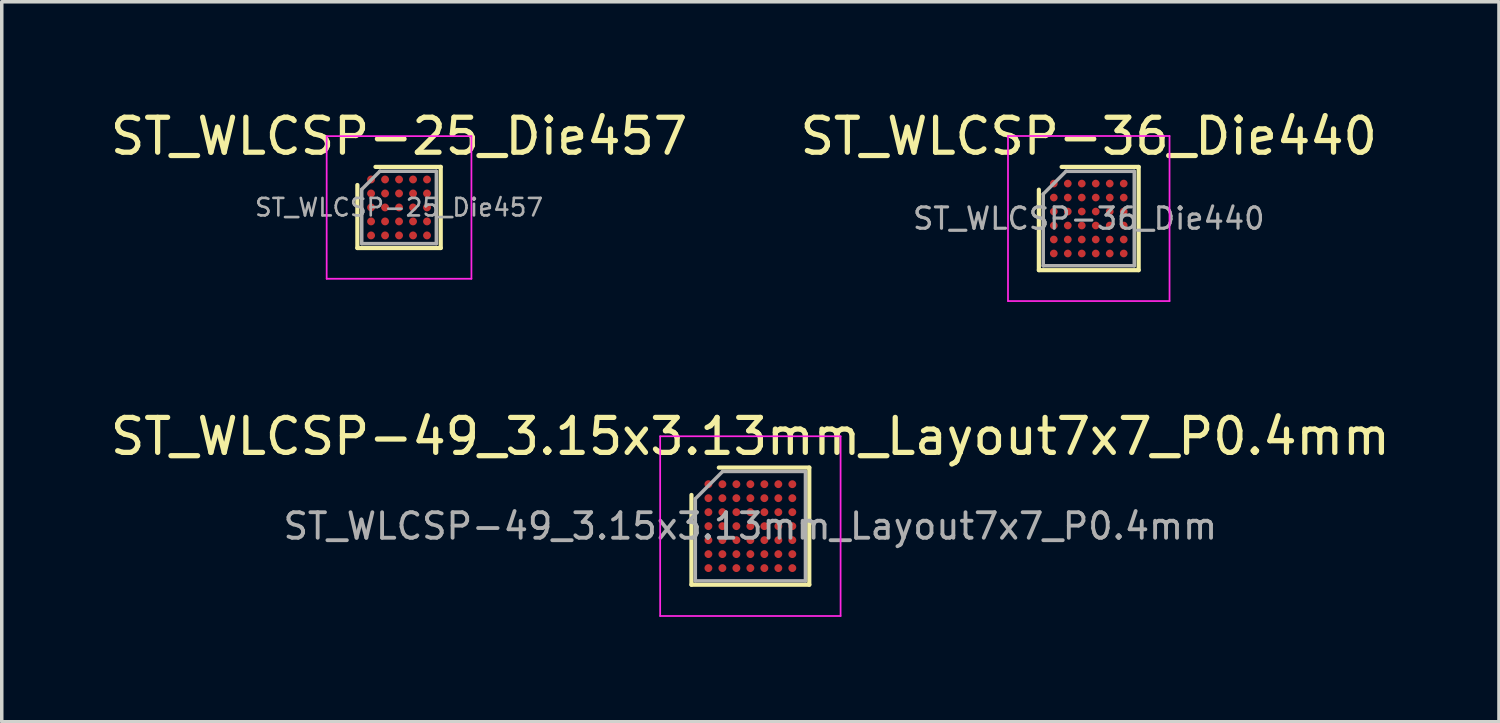
<source format=kicad_pcb>
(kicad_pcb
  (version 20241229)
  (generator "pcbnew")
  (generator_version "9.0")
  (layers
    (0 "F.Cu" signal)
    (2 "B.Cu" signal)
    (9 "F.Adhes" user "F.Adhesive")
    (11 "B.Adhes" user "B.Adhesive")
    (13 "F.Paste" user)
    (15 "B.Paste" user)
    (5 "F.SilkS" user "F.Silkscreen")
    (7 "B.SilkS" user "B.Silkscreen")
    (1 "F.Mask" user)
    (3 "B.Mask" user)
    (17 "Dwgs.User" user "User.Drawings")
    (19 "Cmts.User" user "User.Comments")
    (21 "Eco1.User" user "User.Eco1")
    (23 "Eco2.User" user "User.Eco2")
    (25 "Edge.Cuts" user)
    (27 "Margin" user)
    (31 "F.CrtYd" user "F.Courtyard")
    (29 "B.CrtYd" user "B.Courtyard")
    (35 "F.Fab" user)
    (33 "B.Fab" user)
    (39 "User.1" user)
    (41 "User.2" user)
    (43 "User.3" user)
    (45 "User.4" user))
  (footprint "ST_WLCSP-25_Die457"
    (layer "F.Cu")
    (at 8.363 2.883)
    (property "Reference" "ST_WLCSP-25_Die457" (at 0 -2.035 0) (layer "F.SilkS") (effects (font (size 1 1) (thickness 0.15))))
    (attr smd)
    (fp_line (start -1.192 1.16) (end -1.192 -0.642) (stroke (width 0.12) (type solid)) (layer "F.SilkS"))
    (fp_line (start -0.674 -1.16) (end 1.192 -1.16) (stroke (width 0.12) (type solid)) (layer "F.SilkS"))
    (fp_line (start 1.192 -1.16) (end 1.192 1.16) (stroke (width 0.12) (type solid)) (layer "F.SilkS"))
    (fp_line (start 1.192 1.16) (end -1.192 1.16) (stroke (width 0.12) (type solid)) (layer "F.SilkS"))
    (fp_line (start -2.07 -2.04) (end -2.07 2.04) (stroke (width 0.05) (type solid)) (layer "F.CrtYd"))
    (fp_line (start -2.07 2.04) (end 2.07 2.04) (stroke (width 0.05) (type solid)) (layer "F.CrtYd"))
    (fp_line (start 2.07 -2.04) (end -2.07 -2.04) (stroke (width 0.05) (type solid)) (layer "F.CrtYd"))
    (fp_line (start 2.07 2.04) (end 2.07 -2.04) (stroke (width 0.05) (type solid)) (layer "F.CrtYd"))
    (fp_line (start -1.067 -0.517) (end -0.549 -1.035) (stroke (width 0.1) (type solid)) (layer "F.Fab"))
    (fp_line (start -1.067 1.035) (end -1.067 -0.517) (stroke (width 0.1) (type solid)) (layer "F.Fab"))
    (fp_line (start -0.549 -1.035) (end 1.067 -1.035) (stroke (width 0.1) (type solid)) (layer "F.Fab"))
    (fp_line (start 1.067 -1.035) (end 1.067 1.035) (stroke (width 0.1) (type solid)) (layer "F.Fab"))
    (fp_line (start 1.067 1.035) (end -1.067 1.035) (stroke (width 0.1) (type solid)) (layer "F.Fab"))
    (fp_text user "${REFERENCE}" (at 0 0 0) (layer "F.Fab") (effects (font (size 0.5 0.5) (thickness 0.075))))
    (pad "A1" smd circle (at -0.8 -0.8) (size 0.225 0.225) (layers "F.Cu" "F.Mask" "F.Paste"))
    (pad "A2" smd circle (at -0.4 -0.8) (size 0.225 0.225) (layers "F.Cu" "F.Mask" "F.Paste"))
    (pad "A3" smd circle (at 0 -0.8) (size 0.225 0.225) (layers "F.Cu" "F.Mask" "F.Paste"))
    (pad "A4" smd circle (at 0.4 -0.8) (size 0.225 0.225) (layers "F.Cu" "F.Mask" "F.Paste"))
    (pad "A5" smd circle (at 0.8 -0.8) (size 0.225 0.225) (layers "F.Cu" "F.Mask" "F.Paste"))
    (pad "B1" smd circle (at -0.8 -0.4) (size 0.225 0.225) (layers "F.Cu" "F.Mask" "F.Paste"))
    (pad "B2" smd circle (at -0.4 -0.4) (size 0.225 0.225) (layers "F.Cu" "F.Mask" "F.Paste"))
    (pad "B3" smd circle (at 0 -0.4) (size 0.225 0.225) (layers "F.Cu" "F.Mask" "F.Paste"))
    (pad "B4" smd circle (at 0.4 -0.4) (size 0.225 0.225) (layers "F.Cu" "F.Mask" "F.Paste"))
    (pad "B5" smd circle (at 0.8 -0.4) (size 0.225 0.225) (layers "F.Cu" "F.Mask" "F.Paste"))
    (pad "C1" smd circle (at -0.8 0) (size 0.225 0.225) (layers "F.Cu" "F.Mask" "F.Paste"))
    (pad "C2" smd circle (at -0.4 0) (size 0.225 0.225) (layers "F.Cu" "F.Mask" "F.Paste"))
    (pad "C3" smd circle (at 0 0) (size 0.225 0.225) (layers "F.Cu" "F.Mask" "F.Paste"))
    (pad "C4" smd circle (at 0.4 0) (size 0.225 0.225) (layers "F.Cu" "F.Mask" "F.Paste"))
    (pad "C5" smd circle (at 0.8 0) (size 0.225 0.225) (layers "F.Cu" "F.Mask" "F.Paste"))
    (pad "D1" smd circle (at -0.8 0.4) (size 0.225 0.225) (layers "F.Cu" "F.Mask" "F.Paste"))
    (pad "D2" smd circle (at -0.4 0.4) (size 0.225 0.225) (layers "F.Cu" "F.Mask" "F.Paste"))
    (pad "D3" smd circle (at 0 0.4) (size 0.225 0.225) (layers "F.Cu" "F.Mask" "F.Paste"))
    (pad "D4" smd circle (at 0.4 0.4) (size 0.225 0.225) (layers "F.Cu" "F.Mask" "F.Paste"))
    (pad "D5" smd circle (at 0.8 0.4) (size 0.225 0.225) (layers "F.Cu" "F.Mask" "F.Paste"))
    (pad "E1" smd circle (at -0.8 0.8) (size 0.225 0.225) (layers "F.Cu" "F.Mask" "F.Paste"))
    (pad "E2" smd circle (at -0.4 0.8) (size 0.225 0.225) (layers "F.Cu" "F.Mask" "F.Paste"))
    (pad "E3" smd circle (at 0 0.8) (size 0.225 0.225) (layers "F.Cu" "F.Mask" "F.Paste"))
    (pad "E4" smd circle (at 0.4 0.8) (size 0.225 0.225) (layers "F.Cu" "F.Mask" "F.Paste"))
    (pad "E5" smd circle (at 0.8 0.8) (size 0.225 0.225) (layers "F.Cu" "F.Mask" "F.Paste")))
  (footprint "ST_WLCSP-49_3.15x3.13mm_Layout7x7_P0.4mm"
    (layer "F.Cu")
    (at 18.411 11.998)
    (property "Reference" "ST_WLCSP-49_3.15x3.13mm_Layout7x7_P0.4mm" (at 0 -2.565 0) (layer "F.SilkS") (effects (font (size 1 1) (thickness 0.15))))
    (attr smd)
    (fp_line (start -1.685 1.675) (end -1.685 -0.892) (stroke (width 0.12) (type solid)) (layer "F.SilkS"))
    (fp_line (start -0.902 -1.675) (end 1.685 -1.675) (stroke (width 0.12) (type solid)) (layer "F.SilkS"))
    (fp_line (start 1.685 -1.675) (end 1.685 1.675) (stroke (width 0.12) (type solid)) (layer "F.SilkS"))
    (fp_line (start 1.685 1.675) (end -1.685 1.675) (stroke (width 0.12) (type solid)) (layer "F.SilkS"))
    (fp_line (start -2.58 -2.57) (end -2.58 2.57) (stroke (width 0.05) (type solid)) (layer "F.CrtYd"))
    (fp_line (start -2.58 2.57) (end 2.58 2.57) (stroke (width 0.05) (type solid)) (layer "F.CrtYd"))
    (fp_line (start 2.58 -2.57) (end -2.58 -2.57) (stroke (width 0.05) (type solid)) (layer "F.CrtYd"))
    (fp_line (start 2.58 2.57) (end 2.58 -2.57) (stroke (width 0.05) (type solid)) (layer "F.CrtYd"))
    (fp_line (start -1.575 -0.782) (end -0.792 -1.565) (stroke (width 0.1) (type solid)) (layer "F.Fab"))
    (fp_line (start -1.575 1.565) (end -1.575 -0.782) (stroke (width 0.1) (type solid)) (layer "F.Fab"))
    (fp_line (start -0.792 -1.565) (end 1.575 -1.565) (stroke (width 0.1) (type solid)) (layer "F.Fab"))
    (fp_line (start 1.575 -1.565) (end 1.575 1.565) (stroke (width 0.1) (type solid)) (layer "F.Fab"))
    (fp_line (start 1.575 1.565) (end -1.575 1.565) (stroke (width 0.1) (type solid)) (layer "F.Fab"))
    (fp_text user "${REFERENCE}" (at 0 0 0) (layer "F.Fab") (effects (font (size 0.73 0.73) (thickness 0.11))))
    (pad "A1" smd circle (at -1.2 -1.2) (size 0.225 0.225) (layers "F.Cu" "F.Mask" "F.Paste"))
    (pad "A2" smd circle (at -0.8 -1.2) (size 0.225 0.225) (layers "F.Cu" "F.Mask" "F.Paste"))
    (pad "A3" smd circle (at -0.4 -1.2) (size 0.225 0.225) (layers "F.Cu" "F.Mask" "F.Paste"))
    (pad "A4" smd circle (at 0 -1.2) (size 0.225 0.225) (layers "F.Cu" "F.Mask" "F.Paste"))
    (pad "A5" smd circle (at 0.4 -1.2) (size 0.225 0.225) (layers "F.Cu" "F.Mask" "F.Paste"))
    (pad "A6" smd circle (at 0.8 -1.2) (size 0.225 0.225) (layers "F.Cu" "F.Mask" "F.Paste"))
    (pad "A7" smd circle (at 1.2 -1.2) (size 0.225 0.225) (layers "F.Cu" "F.Mask" "F.Paste"))
    (pad "B1" smd circle (at -1.2 -0.8) (size 0.225 0.225) (layers "F.Cu" "F.Mask" "F.Paste"))
    (pad "B2" smd circle (at -0.8 -0.8) (size 0.225 0.225) (layers "F.Cu" "F.Mask" "F.Paste"))
    (pad "B3" smd circle (at -0.4 -0.8) (size 0.225 0.225) (layers "F.Cu" "F.Mask" "F.Paste"))
    (pad "B4" smd circle (at 0 -0.8) (size 0.225 0.225) (layers "F.Cu" "F.Mask" "F.Paste"))
    (pad "B5" smd circle (at 0.4 -0.8) (size 0.225 0.225) (layers "F.Cu" "F.Mask" "F.Paste"))
    (pad "B6" smd circle (at 0.8 -0.8) (size 0.225 0.225) (layers "F.Cu" "F.Mask" "F.Paste"))
    (pad "B7" smd circle (at 1.2 -0.8) (size 0.225 0.225) (layers "F.Cu" "F.Mask" "F.Paste"))
    (pad "C1" smd circle (at -1.2 -0.4) (size 0.225 0.225) (layers "F.Cu" "F.Mask" "F.Paste"))
    (pad "C2" smd circle (at -0.8 -0.4) (size 0.225 0.225) (layers "F.Cu" "F.Mask" "F.Paste"))
    (pad "C3" smd circle (at -0.4 -0.4) (size 0.225 0.225) (layers "F.Cu" "F.Mask" "F.Paste"))
    (pad "C4" smd circle (at 0 -0.4) (size 0.225 0.225) (layers "F.Cu" "F.Mask" "F.Paste"))
    (pad "C5" smd circle (at 0.4 -0.4) (size 0.225 0.225) (layers "F.Cu" "F.Mask" "F.Paste"))
    (pad "C6" smd circle (at 0.8 -0.4) (size 0.225 0.225) (layers "F.Cu" "F.Mask" "F.Paste"))
    (pad "C7" smd circle (at 1.2 -0.4) (size 0.225 0.225) (layers "F.Cu" "F.Mask" "F.Paste"))
    (pad "D1" smd circle (at -1.2 0) (size 0.225 0.225) (layers "F.Cu" "F.Mask" "F.Paste"))
    (pad "D2" smd circle (at -0.8 0) (size 0.225 0.225) (layers "F.Cu" "F.Mask" "F.Paste"))
    (pad "D3" smd circle (at -0.4 0) (size 0.225 0.225) (layers "F.Cu" "F.Mask" "F.Paste"))
    (pad "D4" smd circle (at 0 0) (size 0.225 0.225) (layers "F.Cu" "F.Mask" "F.Paste"))
    (pad "D5" smd circle (at 0.4 0) (size 0.225 0.225) (layers "F.Cu" "F.Mask" "F.Paste"))
    (pad "D6" smd circle (at 0.8 0) (size 0.225 0.225) (layers "F.Cu" "F.Mask" "F.Paste"))
    (pad "D7" smd circle (at 1.2 0) (size 0.225 0.225) (layers "F.Cu" "F.Mask" "F.Paste"))
    (pad "E1" smd circle (at -1.2 0.4) (size 0.225 0.225) (layers "F.Cu" "F.Mask" "F.Paste"))
    (pad "E2" smd circle (at -0.8 0.4) (size 0.225 0.225) (layers "F.Cu" "F.Mask" "F.Paste"))
    (pad "E3" smd circle (at -0.4 0.4) (size 0.225 0.225) (layers "F.Cu" "F.Mask" "F.Paste"))
    (pad "E4" smd circle (at 0 0.4) (size 0.225 0.225) (layers "F.Cu" "F.Mask" "F.Paste"))
    (pad "E5" smd circle (at 0.4 0.4) (size 0.225 0.225) (layers "F.Cu" "F.Mask" "F.Paste"))
    (pad "E6" smd circle (at 0.8 0.4) (size 0.225 0.225) (layers "F.Cu" "F.Mask" "F.Paste"))
    (pad "E7" smd circle (at 1.2 0.4) (size 0.225 0.225) (layers "F.Cu" "F.Mask" "F.Paste"))
    (pad "F1" smd circle (at -1.2 0.8) (size 0.225 0.225) (layers "F.Cu" "F.Mask" "F.Paste"))
    (pad "F2" smd circle (at -0.8 0.8) (size 0.225 0.225) (layers "F.Cu" "F.Mask" "F.Paste"))
    (pad "F3" smd circle (at -0.4 0.8) (size 0.225 0.225) (layers "F.Cu" "F.Mask" "F.Paste"))
    (pad "F4" smd circle (at 0 0.8) (size 0.225 0.225) (layers "F.Cu" "F.Mask" "F.Paste"))
    (pad "F5" smd circle (at 0.4 0.8) (size 0.225 0.225) (layers "F.Cu" "F.Mask" "F.Paste"))
    (pad "F6" smd circle (at 0.8 0.8) (size 0.225 0.225) (layers "F.Cu" "F.Mask" "F.Paste"))
    (pad "F7" smd circle (at 1.2 0.8) (size 0.225 0.225) (layers "F.Cu" "F.Mask" "F.Paste"))
    (pad "G1" smd circle (at -1.2 1.2) (size 0.225 0.225) (layers "F.Cu" "F.Mask" "F.Paste"))
    (pad "G2" smd circle (at -0.8 1.2) (size 0.225 0.225) (layers "F.Cu" "F.Mask" "F.Paste"))
    (pad "G3" smd circle (at -0.4 1.2) (size 0.225 0.225) (layers "F.Cu" "F.Mask" "F.Paste"))
    (pad "G4" smd circle (at 0 1.2) (size 0.225 0.225) (layers "F.Cu" "F.Mask" "F.Paste"))
    (pad "G5" smd circle (at 0.4 1.2) (size 0.225 0.225) (layers "F.Cu" "F.Mask" "F.Paste"))
    (pad "G6" smd circle (at 0.8 1.2) (size 0.225 0.225) (layers "F.Cu" "F.Mask" "F.Paste"))
    (pad "G7" smd circle (at 1.2 1.2) (size 0.225 0.225) (layers "F.Cu" "F.Mask" "F.Paste")))
  (footprint "ST_WLCSP-36_Die440"
    (layer "F.Cu")
    (at 28.089 3.2)
    (property "Reference" "ST_WLCSP-36_Die440" (at 0 -2.352 0) (layer "F.SilkS") (effects (font (size 1 1) (thickness 0.15))))
    (attr smd)
    (fp_line (start -1.427 1.476) (end -1.427 -0.825) (stroke (width 0.12) (type solid)) (layer "F.SilkS"))
    (fp_line (start -0.776 -1.476) (end 1.427 -1.476) (stroke (width 0.12) (type solid)) (layer "F.SilkS"))
    (fp_line (start 1.427 -1.476) (end 1.427 1.476) (stroke (width 0.12) (type solid)) (layer "F.SilkS"))
    (fp_line (start 1.427 1.476) (end -1.427 1.476) (stroke (width 0.12) (type solid)) (layer "F.SilkS"))
    (fp_line (start -2.31 -2.36) (end -2.31 2.36) (stroke (width 0.05) (type solid)) (layer "F.CrtYd"))
    (fp_line (start -2.31 2.36) (end 2.31 2.36) (stroke (width 0.05) (type solid)) (layer "F.CrtYd"))
    (fp_line (start 2.31 -2.36) (end -2.31 -2.36) (stroke (width 0.05) (type solid)) (layer "F.CrtYd"))
    (fp_line (start 2.31 2.36) (end 2.31 -2.36) (stroke (width 0.05) (type solid)) (layer "F.CrtYd"))
    (fp_line (start -1.302 -0.7) (end -0.651 -1.351) (stroke (width 0.1) (type solid)) (layer "F.Fab"))
    (fp_line (start -1.302 1.351) (end -1.302 -0.7) (stroke (width 0.1) (type solid)) (layer "F.Fab"))
    (fp_line (start -0.651 -1.351) (end 1.302 -1.351) (stroke (width 0.1) (type solid)) (layer "F.Fab"))
    (fp_line (start 1.302 -1.351) (end 1.302 1.351) (stroke (width 0.1) (type solid)) (layer "F.Fab"))
    (fp_line (start 1.302 1.351) (end -1.302 1.351) (stroke (width 0.1) (type solid)) (layer "F.Fab"))
    (fp_text user "${REFERENCE}" (at 0 0 0) (layer "F.Fab") (effects (font (size 0.61 0.61) (thickness 0.091))))
    (pad "A1" smd circle (at -1 -1) (size 0.22 0.22) (layers "F.Cu" "F.Mask" "F.Paste"))
    (pad "A2" smd circle (at -0.6 -1) (size 0.22 0.22) (layers "F.Cu" "F.Mask" "F.Paste"))
    (pad "A3" smd circle (at -0.2 -1) (size 0.22 0.22) (layers "F.Cu" "F.Mask" "F.Paste"))
    (pad "A4" smd circle (at 0.2 -1) (size 0.22 0.22) (layers "F.Cu" "F.Mask" "F.Paste"))
    (pad "A5" smd circle (at 0.6 -1) (size 0.22 0.22) (layers "F.Cu" "F.Mask" "F.Paste"))
    (pad "A6" smd circle (at 1 -1) (size 0.22 0.22) (layers "F.Cu" "F.Mask" "F.Paste"))
    (pad "B1" smd circle (at -1 -0.6) (size 0.22 0.22) (layers "F.Cu" "F.Mask" "F.Paste"))
    (pad "B2" smd circle (at -0.6 -0.6) (size 0.22 0.22) (layers "F.Cu" "F.Mask" "F.Paste"))
    (pad "B3" smd circle (at -0.2 -0.6) (size 0.22 0.22) (layers "F.Cu" "F.Mask" "F.Paste"))
    (pad "B4" smd circle (at 0.2 -0.6) (size 0.22 0.22) (layers "F.Cu" "F.Mask" "F.Paste"))
    (pad "B5" smd circle (at 0.6 -0.6) (size 0.22 0.22) (layers "F.Cu" "F.Mask" "F.Paste"))
    (pad "B6" smd circle (at 1 -0.6) (size 0.22 0.22) (layers "F.Cu" "F.Mask" "F.Paste"))
    (pad "C1" smd circle (at -1 -0.2) (size 0.22 0.22) (layers "F.Cu" "F.Mask" "F.Paste"))
    (pad "C2" smd circle (at -0.6 -0.2) (size 0.22 0.22) (layers "F.Cu" "F.Mask" "F.Paste"))
    (pad "C3" smd circle (at -0.2 -0.2) (size 0.22 0.22) (layers "F.Cu" "F.Mask" "F.Paste"))
    (pad "C4" smd circle (at 0.2 -0.2) (size 0.22 0.22) (layers "F.Cu" "F.Mask" "F.Paste"))
    (pad "C5" smd circle (at 0.6 -0.2) (size 0.22 0.22) (layers "F.Cu" "F.Mask" "F.Paste"))
    (pad "C6" smd circle (at 1 -0.2) (size 0.22 0.22) (layers "F.Cu" "F.Mask" "F.Paste"))
    (pad "D1" smd circle (at -1 0.2) (size 0.22 0.22) (layers "F.Cu" "F.Mask" "F.Paste"))
    (pad "D2" smd circle (at -0.6 0.2) (size 0.22 0.22) (layers "F.Cu" "F.Mask" "F.Paste"))
    (pad "D3" smd circle (at -0.2 0.2) (size 0.22 0.22) (layers "F.Cu" "F.Mask" "F.Paste"))
    (pad "D4" smd circle (at 0.2 0.2) (size 0.22 0.22) (layers "F.Cu" "F.Mask" "F.Paste"))
    (pad "D5" smd circle (at 0.6 0.2) (size 0.22 0.22) (layers "F.Cu" "F.Mask" "F.Paste"))
    (pad "D6" smd circle (at 1 0.2) (size 0.22 0.22) (layers "F.Cu" "F.Mask" "F.Paste"))
    (pad "E1" smd circle (at -1 0.6) (size 0.22 0.22) (layers "F.Cu" "F.Mask" "F.Paste"))
    (pad "E2" smd circle (at -0.6 0.6) (size 0.22 0.22) (layers "F.Cu" "F.Mask" "F.Paste"))
    (pad "E3" smd circle (at -0.2 0.6) (size 0.22 0.22) (layers "F.Cu" "F.Mask" "F.Paste"))
    (pad "E4" smd circle (at 0.2 0.6) (size 0.22 0.22) (layers "F.Cu" "F.Mask" "F.Paste"))
    (pad "E5" smd circle (at 0.6 0.6) (size 0.22 0.22) (layers "F.Cu" "F.Mask" "F.Paste"))
    (pad "E6" smd circle (at 1 0.6) (size 0.22 0.22) (layers "F.Cu" "F.Mask" "F.Paste"))
    (pad "F1" smd circle (at -1 1) (size 0.22 0.22) (layers "F.Cu" "F.Mask" "F.Paste"))
    (pad "F2" smd circle (at -0.6 1) (size 0.22 0.22) (layers "F.Cu" "F.Mask" "F.Paste"))
    (pad "F3" smd circle (at -0.2 1) (size 0.22 0.22) (layers "F.Cu" "F.Mask" "F.Paste"))
    (pad "F4" smd circle (at 0.2 1) (size 0.22 0.22) (layers "F.Cu" "F.Mask" "F.Paste"))
    (pad "F5" smd circle (at 0.6 1) (size 0.22 0.22) (layers "F.Cu" "F.Mask" "F.Paste"))
    (pad "F6" smd circle (at 1 1) (size 0.22 0.22) (layers "F.Cu" "F.Mask" "F.Paste")))
  (gr_rect
    (start -3 -3)
    (end 39.821 17.593)
    (stroke (width 0.1) (type default))
    (fill no)
    (layer "Edge.Cuts")))
</source>
